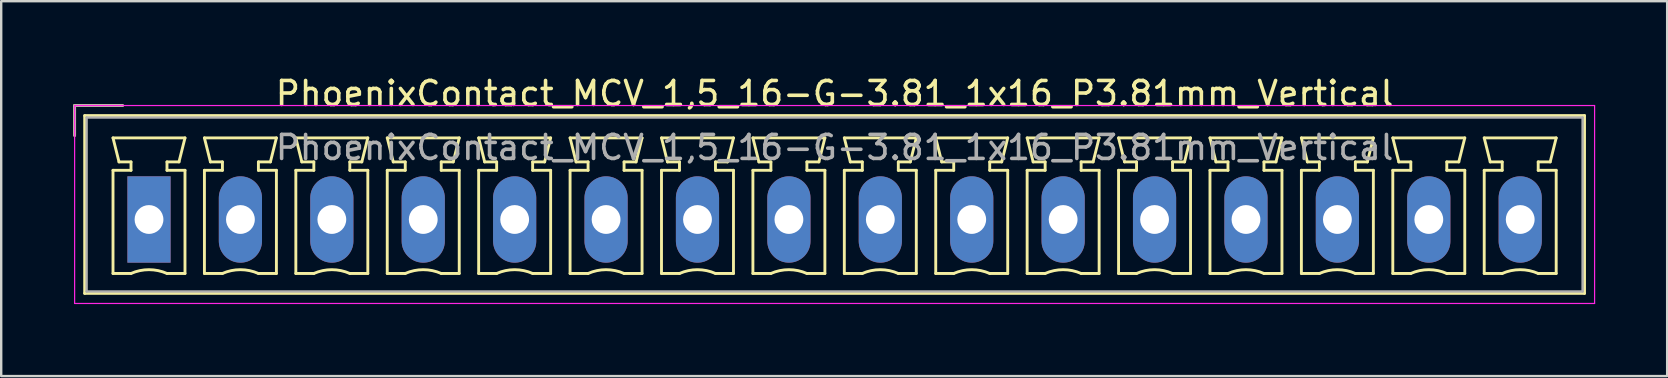
<source format=kicad_pcb>
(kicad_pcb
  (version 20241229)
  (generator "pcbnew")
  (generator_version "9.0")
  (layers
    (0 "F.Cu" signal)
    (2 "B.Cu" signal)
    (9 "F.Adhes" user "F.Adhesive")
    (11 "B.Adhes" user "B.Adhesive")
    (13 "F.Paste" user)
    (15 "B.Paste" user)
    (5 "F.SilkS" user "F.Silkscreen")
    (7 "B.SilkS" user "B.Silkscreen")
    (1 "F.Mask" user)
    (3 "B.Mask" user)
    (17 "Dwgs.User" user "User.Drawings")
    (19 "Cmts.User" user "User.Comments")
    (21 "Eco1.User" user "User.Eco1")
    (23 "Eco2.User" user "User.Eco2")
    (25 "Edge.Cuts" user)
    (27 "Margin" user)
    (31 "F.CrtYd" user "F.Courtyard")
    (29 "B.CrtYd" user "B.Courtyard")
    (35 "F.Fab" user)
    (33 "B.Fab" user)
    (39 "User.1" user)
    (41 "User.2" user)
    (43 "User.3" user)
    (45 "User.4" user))
  (footprint "PhoenixContact_MCV_1,5_16-G-3.81_1x16_P3.81mm_Vertical"
    (layer "F.Cu")
    (at 3.16 6.098)
    (property "Reference" "PhoenixContact_MCV_1,5_16-G-3.81_1x16_P3.81mm_Vertical" (at 28.575 -5.25 0) (layer "F.SilkS") (effects (font (size 1 1) (thickness 0.15))))
    (attr through_hole)
    (fp_line (start -3.1 -4.75) (end -1.1 -4.75) (stroke (width 0.12) (type solid)) (layer "F.SilkS"))
    (fp_line (start -3.1 -3.5) (end -3.1 -4.75) (stroke (width 0.12) (type solid)) (layer "F.SilkS"))
    (fp_line (start -2.68 -4.33) (end -2.68 3.08) (stroke (width 0.12) (type solid)) (layer "F.SilkS"))
    (fp_line (start -2.68 3.08) (end 59.83 3.08) (stroke (width 0.12) (type solid)) (layer "F.SilkS"))
    (fp_line (start -1.5 -3.4) (end 1.5 -3.4) (stroke (width 0.12) (type solid)) (layer "F.SilkS"))
    (fp_line (start -1.5 -2.05) (end -0.75 -2.05) (stroke (width 0.12) (type solid)) (layer "F.SilkS"))
    (fp_line (start -1.5 2.25) (end -1.5 -2.05) (stroke (width 0.12) (type solid)) (layer "F.SilkS"))
    (fp_line (start -1.25 -2.4) (end -1.5 -3.4) (stroke (width 0.12) (type solid)) (layer "F.SilkS"))
    (fp_line (start -0.75 -2.4) (end -1.25 -2.4) (stroke (width 0.12) (type solid)) (layer "F.SilkS"))
    (fp_line (start -0.75 -2.05) (end -0.75 -2.4) (stroke (width 0.12) (type solid)) (layer "F.SilkS"))
    (fp_line (start -0.75 2.25) (end -1.5 2.25) (stroke (width 0.12) (type solid)) (layer "F.SilkS"))
    (fp_line (start 0.75 -2.4) (end 0.75 -2.05) (stroke (width 0.12) (type solid)) (layer "F.SilkS"))
    (fp_line (start 0.75 -2.05) (end 1.5 -2.05) (stroke (width 0.12) (type solid)) (layer "F.SilkS"))
    (fp_line (start 1.25 -2.4) (end 0.75 -2.4) (stroke (width 0.12) (type solid)) (layer "F.SilkS"))
    (fp_line (start 1.5 -3.4) (end 1.25 -2.4) (stroke (width 0.12) (type solid)) (layer "F.SilkS"))
    (fp_line (start 1.5 -2.05) (end 1.5 2.25) (stroke (width 0.12) (type solid)) (layer "F.SilkS"))
    (fp_line (start 1.5 2.25) (end 0.75 2.25) (stroke (width 0.12) (type solid)) (layer "F.SilkS"))
    (fp_line (start 2.31 -3.4) (end 5.31 -3.4) (stroke (width 0.12) (type solid)) (layer "F.SilkS"))
    (fp_line (start 2.31 -2.05) (end 3.06 -2.05) (stroke (width 0.12) (type solid)) (layer "F.SilkS"))
    (fp_line (start 2.31 2.25) (end 2.31 -2.05) (stroke (width 0.12) (type solid)) (layer "F.SilkS"))
    (fp_line (start 2.56 -2.4) (end 2.31 -3.4) (stroke (width 0.12) (type solid)) (layer "F.SilkS"))
    (fp_line (start 3.06 -2.4) (end 2.56 -2.4) (stroke (width 0.12) (type solid)) (layer "F.SilkS"))
    (fp_line (start 3.06 -2.05) (end 3.06 -2.4) (stroke (width 0.12) (type solid)) (layer "F.SilkS"))
    (fp_line (start 3.06 2.25) (end 2.31 2.25) (stroke (width 0.12) (type solid)) (layer "F.SilkS"))
    (fp_line (start 4.56 -2.4) (end 4.56 -2.05) (stroke (width 0.12) (type solid)) (layer "F.SilkS"))
    (fp_line (start 4.56 -2.05) (end 5.31 -2.05) (stroke (width 0.12) (type solid)) (layer "F.SilkS"))
    (fp_line (start 5.06 -2.4) (end 4.56 -2.4) (stroke (width 0.12) (type solid)) (layer "F.SilkS"))
    (fp_line (start 5.31 -3.4) (end 5.06 -2.4) (stroke (width 0.12) (type solid)) (layer "F.SilkS"))
    (fp_line (start 5.31 -2.05) (end 5.31 2.25) (stroke (width 0.12) (type solid)) (layer "F.SilkS"))
    (fp_line (start 5.31 2.25) (end 4.56 2.25) (stroke (width 0.12) (type solid)) (layer "F.SilkS"))
    (fp_line (start 6.12 -3.4) (end 9.12 -3.4) (stroke (width 0.12) (type solid)) (layer "F.SilkS"))
    (fp_line (start 6.12 -2.05) (end 6.87 -2.05) (stroke (width 0.12) (type solid)) (layer "F.SilkS"))
    (fp_line (start 6.12 2.25) (end 6.12 -2.05) (stroke (width 0.12) (type solid)) (layer "F.SilkS"))
    (fp_line (start 6.37 -2.4) (end 6.12 -3.4) (stroke (width 0.12) (type solid)) (layer "F.SilkS"))
    (fp_line (start 6.87 -2.4) (end 6.37 -2.4) (stroke (width 0.12) (type solid)) (layer "F.SilkS"))
    (fp_line (start 6.87 -2.05) (end 6.87 -2.4) (stroke (width 0.12) (type solid)) (layer "F.SilkS"))
    (fp_line (start 6.87 2.25) (end 6.12 2.25) (stroke (width 0.12) (type solid)) (layer "F.SilkS"))
    (fp_line (start 8.37 -2.4) (end 8.37 -2.05) (stroke (width 0.12) (type solid)) (layer "F.SilkS"))
    (fp_line (start 8.37 -2.05) (end 9.12 -2.05) (stroke (width 0.12) (type solid)) (layer "F.SilkS"))
    (fp_line (start 8.87 -2.4) (end 8.37 -2.4) (stroke (width 0.12) (type solid)) (layer "F.SilkS"))
    (fp_line (start 9.12 -3.4) (end 8.87 -2.4) (stroke (width 0.12) (type solid)) (layer "F.SilkS"))
    (fp_line (start 9.12 -2.05) (end 9.12 2.25) (stroke (width 0.12) (type solid)) (layer "F.SilkS"))
    (fp_line (start 9.12 2.25) (end 8.37 2.25) (stroke (width 0.12) (type solid)) (layer "F.SilkS"))
    (fp_line (start 9.93 -3.4) (end 12.93 -3.4) (stroke (width 0.12) (type solid)) (layer "F.SilkS"))
    (fp_line (start 9.93 -2.05) (end 10.68 -2.05) (stroke (width 0.12) (type solid)) (layer "F.SilkS"))
    (fp_line (start 9.93 2.25) (end 9.93 -2.05) (stroke (width 0.12) (type solid)) (layer "F.SilkS"))
    (fp_line (start 10.18 -2.4) (end 9.93 -3.4) (stroke (width 0.12) (type solid)) (layer "F.SilkS"))
    (fp_line (start 10.68 -2.4) (end 10.18 -2.4) (stroke (width 0.12) (type solid)) (layer "F.SilkS"))
    (fp_line (start 10.68 -2.05) (end 10.68 -2.4) (stroke (width 0.12) (type solid)) (layer "F.SilkS"))
    (fp_line (start 10.68 2.25) (end 9.93 2.25) (stroke (width 0.12) (type solid)) (layer "F.SilkS"))
    (fp_line (start 12.18 -2.4) (end 12.18 -2.05) (stroke (width 0.12) (type solid)) (layer "F.SilkS"))
    (fp_line (start 12.18 -2.05) (end 12.93 -2.05) (stroke (width 0.12) (type solid)) (layer "F.SilkS"))
    (fp_line (start 12.68 -2.4) (end 12.18 -2.4) (stroke (width 0.12) (type solid)) (layer "F.SilkS"))
    (fp_line (start 12.93 -3.4) (end 12.68 -2.4) (stroke (width 0.12) (type solid)) (layer "F.SilkS"))
    (fp_line (start 12.93 -2.05) (end 12.93 2.25) (stroke (width 0.12) (type solid)) (layer "F.SilkS"))
    (fp_line (start 12.93 2.25) (end 12.18 2.25) (stroke (width 0.12) (type solid)) (layer "F.SilkS"))
    (fp_line (start 13.74 -3.4) (end 16.74 -3.4) (stroke (width 0.12) (type solid)) (layer "F.SilkS"))
    (fp_line (start 13.74 -2.05) (end 14.49 -2.05) (stroke (width 0.12) (type solid)) (layer "F.SilkS"))
    (fp_line (start 13.74 2.25) (end 13.74 -2.05) (stroke (width 0.12) (type solid)) (layer "F.SilkS"))
    (fp_line (start 13.99 -2.4) (end 13.74 -3.4) (stroke (width 0.12) (type solid)) (layer "F.SilkS"))
    (fp_line (start 14.49 -2.4) (end 13.99 -2.4) (stroke (width 0.12) (type solid)) (layer "F.SilkS"))
    (fp_line (start 14.49 -2.05) (end 14.49 -2.4) (stroke (width 0.12) (type solid)) (layer "F.SilkS"))
    (fp_line (start 14.49 2.25) (end 13.74 2.25) (stroke (width 0.12) (type solid)) (layer "F.SilkS"))
    (fp_line (start 15.99 -2.4) (end 15.99 -2.05) (stroke (width 0.12) (type solid)) (layer "F.SilkS"))
    (fp_line (start 15.99 -2.05) (end 16.74 -2.05) (stroke (width 0.12) (type solid)) (layer "F.SilkS"))
    (fp_line (start 16.49 -2.4) (end 15.99 -2.4) (stroke (width 0.12) (type solid)) (layer "F.SilkS"))
    (fp_line (start 16.74 -3.4) (end 16.49 -2.4) (stroke (width 0.12) (type solid)) (layer "F.SilkS"))
    (fp_line (start 16.74 -2.05) (end 16.74 2.25) (stroke (width 0.12) (type solid)) (layer "F.SilkS"))
    (fp_line (start 16.74 2.25) (end 15.99 2.25) (stroke (width 0.12) (type solid)) (layer "F.SilkS"))
    (fp_line (start 17.55 -3.4) (end 20.55 -3.4) (stroke (width 0.12) (type solid)) (layer "F.SilkS"))
    (fp_line (start 17.55 -2.05) (end 18.3 -2.05) (stroke (width 0.12) (type solid)) (layer "F.SilkS"))
    (fp_line (start 17.55 2.25) (end 17.55 -2.05) (stroke (width 0.12) (type solid)) (layer "F.SilkS"))
    (fp_line (start 17.8 -2.4) (end 17.55 -3.4) (stroke (width 0.12) (type solid)) (layer "F.SilkS"))
    (fp_line (start 18.3 -2.4) (end 17.8 -2.4) (stroke (width 0.12) (type solid)) (layer "F.SilkS"))
    (fp_line (start 18.3 -2.05) (end 18.3 -2.4) (stroke (width 0.12) (type solid)) (layer "F.SilkS"))
    (fp_line (start 18.3 2.25) (end 17.55 2.25) (stroke (width 0.12) (type solid)) (layer "F.SilkS"))
    (fp_line (start 19.8 -2.4) (end 19.8 -2.05) (stroke (width 0.12) (type solid)) (layer "F.SilkS"))
    (fp_line (start 19.8 -2.05) (end 20.55 -2.05) (stroke (width 0.12) (type solid)) (layer "F.SilkS"))
    (fp_line (start 20.3 -2.4) (end 19.8 -2.4) (stroke (width 0.12) (type solid)) (layer "F.SilkS"))
    (fp_line (start 20.55 -3.4) (end 20.3 -2.4) (stroke (width 0.12) (type solid)) (layer "F.SilkS"))
    (fp_line (start 20.55 -2.05) (end 20.55 2.25) (stroke (width 0.12) (type solid)) (layer "F.SilkS"))
    (fp_line (start 20.55 2.25) (end 19.8 2.25) (stroke (width 0.12) (type solid)) (layer "F.SilkS"))
    (fp_line (start 21.36 -3.4) (end 24.36 -3.4) (stroke (width 0.12) (type solid)) (layer "F.SilkS"))
    (fp_line (start 21.36 -2.05) (end 22.11 -2.05) (stroke (width 0.12) (type solid)) (layer "F.SilkS"))
    (fp_line (start 21.36 2.25) (end 21.36 -2.05) (stroke (width 0.12) (type solid)) (layer "F.SilkS"))
    (fp_line (start 21.61 -2.4) (end 21.36 -3.4) (stroke (width 0.12) (type solid)) (layer "F.SilkS"))
    (fp_line (start 22.11 -2.4) (end 21.61 -2.4) (stroke (width 0.12) (type solid)) (layer "F.SilkS"))
    (fp_line (start 22.11 -2.05) (end 22.11 -2.4) (stroke (width 0.12) (type solid)) (layer "F.SilkS"))
    (fp_line (start 22.11 2.25) (end 21.36 2.25) (stroke (width 0.12) (type solid)) (layer "F.SilkS"))
    (fp_line (start 23.61 -2.4) (end 23.61 -2.05) (stroke (width 0.12) (type solid)) (layer "F.SilkS"))
    (fp_line (start 23.61 -2.05) (end 24.36 -2.05) (stroke (width 0.12) (type solid)) (layer "F.SilkS"))
    (fp_line (start 24.11 -2.4) (end 23.61 -2.4) (stroke (width 0.12) (type solid)) (layer "F.SilkS"))
    (fp_line (start 24.36 -3.4) (end 24.11 -2.4) (stroke (width 0.12) (type solid)) (layer "F.SilkS"))
    (fp_line (start 24.36 -2.05) (end 24.36 2.25) (stroke (width 0.12) (type solid)) (layer "F.SilkS"))
    (fp_line (start 24.36 2.25) (end 23.61 2.25) (stroke (width 0.12) (type solid)) (layer "F.SilkS"))
    (fp_line (start 25.17 -3.4) (end 28.17 -3.4) (stroke (width 0.12) (type solid)) (layer "F.SilkS"))
    (fp_line (start 25.17 -2.05) (end 25.92 -2.05) (stroke (width 0.12) (type solid)) (layer "F.SilkS"))
    (fp_line (start 25.17 2.25) (end 25.17 -2.05) (stroke (width 0.12) (type solid)) (layer "F.SilkS"))
    (fp_line (start 25.42 -2.4) (end 25.17 -3.4) (stroke (width 0.12) (type solid)) (layer "F.SilkS"))
    (fp_line (start 25.92 -2.4) (end 25.42 -2.4) (stroke (width 0.12) (type solid)) (layer "F.SilkS"))
    (fp_line (start 25.92 -2.05) (end 25.92 -2.4) (stroke (width 0.12) (type solid)) (layer "F.SilkS"))
    (fp_line (start 25.92 2.25) (end 25.17 2.25) (stroke (width 0.12) (type solid)) (layer "F.SilkS"))
    (fp_line (start 27.42 -2.4) (end 27.42 -2.05) (stroke (width 0.12) (type solid)) (layer "F.SilkS"))
    (fp_line (start 27.42 -2.05) (end 28.17 -2.05) (stroke (width 0.12) (type solid)) (layer "F.SilkS"))
    (fp_line (start 27.92 -2.4) (end 27.42 -2.4) (stroke (width 0.12) (type solid)) (layer "F.SilkS"))
    (fp_line (start 28.17 -3.4) (end 27.92 -2.4) (stroke (width 0.12) (type solid)) (layer "F.SilkS"))
    (fp_line (start 28.17 -2.05) (end 28.17 2.25) (stroke (width 0.12) (type solid)) (layer "F.SilkS"))
    (fp_line (start 28.17 2.25) (end 27.42 2.25) (stroke (width 0.12) (type solid)) (layer "F.SilkS"))
    (fp_line (start 28.98 -3.4) (end 31.98 -3.4) (stroke (width 0.12) (type solid)) (layer "F.SilkS"))
    (fp_line (start 28.98 -2.05) (end 29.73 -2.05) (stroke (width 0.12) (type solid)) (layer "F.SilkS"))
    (fp_line (start 28.98 2.25) (end 28.98 -2.05) (stroke (width 0.12) (type solid)) (layer "F.SilkS"))
    (fp_line (start 29.23 -2.4) (end 28.98 -3.4) (stroke (width 0.12) (type solid)) (layer "F.SilkS"))
    (fp_line (start 29.73 -2.4) (end 29.23 -2.4) (stroke (width 0.12) (type solid)) (layer "F.SilkS"))
    (fp_line (start 29.73 -2.05) (end 29.73 -2.4) (stroke (width 0.12) (type solid)) (layer "F.SilkS"))
    (fp_line (start 29.73 2.25) (end 28.98 2.25) (stroke (width 0.12) (type solid)) (layer "F.SilkS"))
    (fp_line (start 31.23 -2.4) (end 31.23 -2.05) (stroke (width 0.12) (type solid)) (layer "F.SilkS"))
    (fp_line (start 31.23 -2.05) (end 31.98 -2.05) (stroke (width 0.12) (type solid)) (layer "F.SilkS"))
    (fp_line (start 31.73 -2.4) (end 31.23 -2.4) (stroke (width 0.12) (type solid)) (layer "F.SilkS"))
    (fp_line (start 31.98 -3.4) (end 31.73 -2.4) (stroke (width 0.12) (type solid)) (layer "F.SilkS"))
    (fp_line (start 31.98 -2.05) (end 31.98 2.25) (stroke (width 0.12) (type solid)) (layer "F.SilkS"))
    (fp_line (start 31.98 2.25) (end 31.23 2.25) (stroke (width 0.12) (type solid)) (layer "F.SilkS"))
    (fp_line (start 32.79 -3.4) (end 35.79 -3.4) (stroke (width 0.12) (type solid)) (layer "F.SilkS"))
    (fp_line (start 32.79 -2.05) (end 33.54 -2.05) (stroke (width 0.12) (type solid)) (layer "F.SilkS"))
    (fp_line (start 32.79 2.25) (end 32.79 -2.05) (stroke (width 0.12) (type solid)) (layer "F.SilkS"))
    (fp_line (start 33.04 -2.4) (end 32.79 -3.4) (stroke (width 0.12) (type solid)) (layer "F.SilkS"))
    (fp_line (start 33.54 -2.4) (end 33.04 -2.4) (stroke (width 0.12) (type solid)) (layer "F.SilkS"))
    (fp_line (start 33.54 -2.05) (end 33.54 -2.4) (stroke (width 0.12) (type solid)) (layer "F.SilkS"))
    (fp_line (start 33.54 2.25) (end 32.79 2.25) (stroke (width 0.12) (type solid)) (layer "F.SilkS"))
    (fp_line (start 35.04 -2.4) (end 35.04 -2.05) (stroke (width 0.12) (type solid)) (layer "F.SilkS"))
    (fp_line (start 35.04 -2.05) (end 35.79 -2.05) (stroke (width 0.12) (type solid)) (layer "F.SilkS"))
    (fp_line (start 35.54 -2.4) (end 35.04 -2.4) (stroke (width 0.12) (type solid)) (layer "F.SilkS"))
    (fp_line (start 35.79 -3.4) (end 35.54 -2.4) (stroke (width 0.12) (type solid)) (layer "F.SilkS"))
    (fp_line (start 35.79 -2.05) (end 35.79 2.25) (stroke (width 0.12) (type solid)) (layer "F.SilkS"))
    (fp_line (start 35.79 2.25) (end 35.04 2.25) (stroke (width 0.12) (type solid)) (layer "F.SilkS"))
    (fp_line (start 36.6 -3.4) (end 39.6 -3.4) (stroke (width 0.12) (type solid)) (layer "F.SilkS"))
    (fp_line (start 36.6 -2.05) (end 37.35 -2.05) (stroke (width 0.12) (type solid)) (layer "F.SilkS"))
    (fp_line (start 36.6 2.25) (end 36.6 -2.05) (stroke (width 0.12) (type solid)) (layer "F.SilkS"))
    (fp_line (start 36.85 -2.4) (end 36.6 -3.4) (stroke (width 0.12) (type solid)) (layer "F.SilkS"))
    (fp_line (start 37.35 -2.4) (end 36.85 -2.4) (stroke (width 0.12) (type solid)) (layer "F.SilkS"))
    (fp_line (start 37.35 -2.05) (end 37.35 -2.4) (stroke (width 0.12) (type solid)) (layer "F.SilkS"))
    (fp_line (start 37.35 2.25) (end 36.6 2.25) (stroke (width 0.12) (type solid)) (layer "F.SilkS"))
    (fp_line (start 38.85 -2.4) (end 38.85 -2.05) (stroke (width 0.12) (type solid)) (layer "F.SilkS"))
    (fp_line (start 38.85 -2.05) (end 39.6 -2.05) (stroke (width 0.12) (type solid)) (layer "F.SilkS"))
    (fp_line (start 39.35 -2.4) (end 38.85 -2.4) (stroke (width 0.12) (type solid)) (layer "F.SilkS"))
    (fp_line (start 39.6 -3.4) (end 39.35 -2.4) (stroke (width 0.12) (type solid)) (layer "F.SilkS"))
    (fp_line (start 39.6 -2.05) (end 39.6 2.25) (stroke (width 0.12) (type solid)) (layer "F.SilkS"))
    (fp_line (start 39.6 2.25) (end 38.85 2.25) (stroke (width 0.12) (type solid)) (layer "F.SilkS"))
    (fp_line (start 40.41 -3.4) (end 43.41 -3.4) (stroke (width 0.12) (type solid)) (layer "F.SilkS"))
    (fp_line (start 40.41 -2.05) (end 41.16 -2.05) (stroke (width 0.12) (type solid)) (layer "F.SilkS"))
    (fp_line (start 40.41 2.25) (end 40.41 -2.05) (stroke (width 0.12) (type solid)) (layer "F.SilkS"))
    (fp_line (start 40.66 -2.4) (end 40.41 -3.4) (stroke (width 0.12) (type solid)) (layer "F.SilkS"))
    (fp_line (start 41.16 -2.4) (end 40.66 -2.4) (stroke (width 0.12) (type solid)) (layer "F.SilkS"))
    (fp_line (start 41.16 -2.05) (end 41.16 -2.4) (stroke (width 0.12) (type solid)) (layer "F.SilkS"))
    (fp_line (start 41.16 2.25) (end 40.41 2.25) (stroke (width 0.12) (type solid)) (layer "F.SilkS"))
    (fp_line (start 42.66 -2.4) (end 42.66 -2.05) (stroke (width 0.12) (type solid)) (layer "F.SilkS"))
    (fp_line (start 42.66 -2.05) (end 43.41 -2.05) (stroke (width 0.12) (type solid)) (layer "F.SilkS"))
    (fp_line (start 43.16 -2.4) (end 42.66 -2.4) (stroke (width 0.12) (type solid)) (layer "F.SilkS"))
    (fp_line (start 43.41 -3.4) (end 43.16 -2.4) (stroke (width 0.12) (type solid)) (layer "F.SilkS"))
    (fp_line (start 43.41 -2.05) (end 43.41 2.25) (stroke (width 0.12) (type solid)) (layer "F.SilkS"))
    (fp_line (start 43.41 2.25) (end 42.66 2.25) (stroke (width 0.12) (type solid)) (layer "F.SilkS"))
    (fp_line (start 44.22 -3.4) (end 47.22 -3.4) (stroke (width 0.12) (type solid)) (layer "F.SilkS"))
    (fp_line (start 44.22 -2.05) (end 44.97 -2.05) (stroke (width 0.12) (type solid)) (layer "F.SilkS"))
    (fp_line (start 44.22 2.25) (end 44.22 -2.05) (stroke (width 0.12) (type solid)) (layer "F.SilkS"))
    (fp_line (start 44.47 -2.4) (end 44.22 -3.4) (stroke (width 0.12) (type solid)) (layer "F.SilkS"))
    (fp_line (start 44.97 -2.4) (end 44.47 -2.4) (stroke (width 0.12) (type solid)) (layer "F.SilkS"))
    (fp_line (start 44.97 -2.05) (end 44.97 -2.4) (stroke (width 0.12) (type solid)) (layer "F.SilkS"))
    (fp_line (start 44.97 2.25) (end 44.22 2.25) (stroke (width 0.12) (type solid)) (layer "F.SilkS"))
    (fp_line (start 46.47 -2.4) (end 46.47 -2.05) (stroke (width 0.12) (type solid)) (layer "F.SilkS"))
    (fp_line (start 46.47 -2.05) (end 47.22 -2.05) (stroke (width 0.12) (type solid)) (layer "F.SilkS"))
    (fp_line (start 46.97 -2.4) (end 46.47 -2.4) (stroke (width 0.12) (type solid)) (layer "F.SilkS"))
    (fp_line (start 47.22 -3.4) (end 46.97 -2.4) (stroke (width 0.12) (type solid)) (layer "F.SilkS"))
    (fp_line (start 47.22 -2.05) (end 47.22 2.25) (stroke (width 0.12) (type solid)) (layer "F.SilkS"))
    (fp_line (start 47.22 2.25) (end 46.47 2.25) (stroke (width 0.12) (type solid)) (layer "F.SilkS"))
    (fp_line (start 48.03 -3.4) (end 51.03 -3.4) (stroke (width 0.12) (type solid)) (layer "F.SilkS"))
    (fp_line (start 48.03 -2.05) (end 48.78 -2.05) (stroke (width 0.12) (type solid)) (layer "F.SilkS"))
    (fp_line (start 48.03 2.25) (end 48.03 -2.05) (stroke (width 0.12) (type solid)) (layer "F.SilkS"))
    (fp_line (start 48.28 -2.4) (end 48.03 -3.4) (stroke (width 0.12) (type solid)) (layer "F.SilkS"))
    (fp_line (start 48.78 -2.4) (end 48.28 -2.4) (stroke (width 0.12) (type solid)) (layer "F.SilkS"))
    (fp_line (start 48.78 -2.05) (end 48.78 -2.4) (stroke (width 0.12) (type solid)) (layer "F.SilkS"))
    (fp_line (start 48.78 2.25) (end 48.03 2.25) (stroke (width 0.12) (type solid)) (layer "F.SilkS"))
    (fp_line (start 50.28 -2.4) (end 50.28 -2.05) (stroke (width 0.12) (type solid)) (layer "F.SilkS"))
    (fp_line (start 50.28 -2.05) (end 51.03 -2.05) (stroke (width 0.12) (type solid)) (layer "F.SilkS"))
    (fp_line (start 50.78 -2.4) (end 50.28 -2.4) (stroke (width 0.12) (type solid)) (layer "F.SilkS"))
    (fp_line (start 51.03 -3.4) (end 50.78 -2.4) (stroke (width 0.12) (type solid)) (layer "F.SilkS"))
    (fp_line (start 51.03 -2.05) (end 51.03 2.25) (stroke (width 0.12) (type solid)) (layer "F.SilkS"))
    (fp_line (start 51.03 2.25) (end 50.28 2.25) (stroke (width 0.12) (type solid)) (layer "F.SilkS"))
    (fp_line (start 51.84 -3.4) (end 54.84 -3.4) (stroke (width 0.12) (type solid)) (layer "F.SilkS"))
    (fp_line (start 51.84 -2.05) (end 52.59 -2.05) (stroke (width 0.12) (type solid)) (layer "F.SilkS"))
    (fp_line (start 51.84 2.25) (end 51.84 -2.05) (stroke (width 0.12) (type solid)) (layer "F.SilkS"))
    (fp_line (start 52.09 -2.4) (end 51.84 -3.4) (stroke (width 0.12) (type solid)) (layer "F.SilkS"))
    (fp_line (start 52.59 -2.4) (end 52.09 -2.4) (stroke (width 0.12) (type solid)) (layer "F.SilkS"))
    (fp_line (start 52.59 -2.05) (end 52.59 -2.4) (stroke (width 0.12) (type solid)) (layer "F.SilkS"))
    (fp_line (start 52.59 2.25) (end 51.84 2.25) (stroke (width 0.12) (type solid)) (layer "F.SilkS"))
    (fp_line (start 54.09 -2.4) (end 54.09 -2.05) (stroke (width 0.12) (type solid)) (layer "F.SilkS"))
    (fp_line (start 54.09 -2.05) (end 54.84 -2.05) (stroke (width 0.12) (type solid)) (layer "F.SilkS"))
    (fp_line (start 54.59 -2.4) (end 54.09 -2.4) (stroke (width 0.12) (type solid)) (layer "F.SilkS"))
    (fp_line (start 54.84 -3.4) (end 54.59 -2.4) (stroke (width 0.12) (type solid)) (layer "F.SilkS"))
    (fp_line (start 54.84 -2.05) (end 54.84 2.25) (stroke (width 0.12) (type solid)) (layer "F.SilkS"))
    (fp_line (start 54.84 2.25) (end 54.09 2.25) (stroke (width 0.12) (type solid)) (layer "F.SilkS"))
    (fp_line (start 55.65 -3.4) (end 58.65 -3.4) (stroke (width 0.12) (type solid)) (layer "F.SilkS"))
    (fp_line (start 55.65 -2.05) (end 56.4 -2.05) (stroke (width 0.12) (type solid)) (layer "F.SilkS"))
    (fp_line (start 55.65 2.25) (end 55.65 -2.05) (stroke (width 0.12) (type solid)) (layer "F.SilkS"))
    (fp_line (start 55.9 -2.4) (end 55.65 -3.4) (stroke (width 0.12) (type solid)) (layer "F.SilkS"))
    (fp_line (start 56.4 -2.4) (end 55.9 -2.4) (stroke (width 0.12) (type solid)) (layer "F.SilkS"))
    (fp_line (start 56.4 -2.05) (end 56.4 -2.4) (stroke (width 0.12) (type solid)) (layer "F.SilkS"))
    (fp_line (start 56.4 2.25) (end 55.65 2.25) (stroke (width 0.12) (type solid)) (layer "F.SilkS"))
    (fp_line (start 57.9 -2.4) (end 57.9 -2.05) (stroke (width 0.12) (type solid)) (layer "F.SilkS"))
    (fp_line (start 57.9 -2.05) (end 58.65 -2.05) (stroke (width 0.12) (type solid)) (layer "F.SilkS"))
    (fp_line (start 58.4 -2.4) (end 57.9 -2.4) (stroke (width 0.12) (type solid)) (layer "F.SilkS"))
    (fp_line (start 58.65 -3.4) (end 58.4 -2.4) (stroke (width 0.12) (type solid)) (layer "F.SilkS"))
    (fp_line (start 58.65 -2.05) (end 58.65 2.25) (stroke (width 0.12) (type solid)) (layer "F.SilkS"))
    (fp_line (start 58.65 2.25) (end 57.9 2.25) (stroke (width 0.12) (type solid)) (layer "F.SilkS"))
    (fp_line (start 59.83 -4.33) (end -2.68 -4.33) (stroke (width 0.12) (type solid)) (layer "F.SilkS"))
    (fp_line (start 59.83 3.08) (end 59.83 -4.33) (stroke (width 0.12) (type solid)) (layer "F.SilkS"))
    (fp_arc (start -0.75 2.25) (mid -0.000193 2.09191) (end 0.749647 2.249844) (stroke (width 0.12) (type solid)) (layer "F.SilkS"))
    (fp_arc (start 3.06 2.25) (mid 3.809807 2.09191) (end 4.559647 2.249844) (stroke (width 0.12) (type solid)) (layer "F.SilkS"))
    (fp_arc (start 6.87 2.25) (mid 7.619807 2.09191) (end 8.369647 2.249844) (stroke (width 0.12) (type solid)) (layer "F.SilkS"))
    (fp_arc (start 10.68 2.25) (mid 11.429807 2.09191) (end 12.179647 2.249844) (stroke (width 0.12) (type solid)) (layer "F.SilkS"))
    (fp_arc (start 14.49 2.25) (mid 15.239807 2.09191) (end 15.989647 2.249844) (stroke (width 0.12) (type solid)) (layer "F.SilkS"))
    (fp_arc (start 18.3 2.25) (mid 19.049807 2.09191) (end 19.799647 2.249844) (stroke (width 0.12) (type solid)) (layer "F.SilkS"))
    (fp_arc (start 22.11 2.25) (mid 22.859807 2.09191) (end 23.609647 2.249844) (stroke (width 0.12) (type solid)) (layer "F.SilkS"))
    (fp_arc (start 25.92 2.25) (mid 26.669807 2.09191) (end 27.419647 2.249844) (stroke (width 0.12) (type solid)) (layer "F.SilkS"))
    (fp_arc (start 29.73 2.25) (mid 30.479807 2.09191) (end 31.229647 2.249844) (stroke (width 0.12) (type solid)) (layer "F.SilkS"))
    (fp_arc (start 33.54 2.25) (mid 34.289807 2.09191) (end 35.039647 2.249844) (stroke (width 0.12) (type solid)) (layer "F.SilkS"))
    (fp_arc (start 37.35 2.25) (mid 38.099807 2.09191) (end 38.849647 2.249844) (stroke (width 0.12) (type solid)) (layer "F.SilkS"))
    (fp_arc (start 41.16 2.25) (mid 41.909807 2.09191) (end 42.659647 2.249844) (stroke (width 0.12) (type solid)) (layer "F.SilkS"))
    (fp_arc (start 44.97 2.25) (mid 45.719807 2.09191) (end 46.469647 2.249844) (stroke (width 0.12) (type solid)) (layer "F.SilkS"))
    (fp_arc (start 48.78 2.25) (mid 49.529807 2.09191) (end 50.279647 2.249844) (stroke (width 0.12) (type solid)) (layer "F.SilkS"))
    (fp_arc (start 52.59 2.25) (mid 53.339807 2.09191) (end 54.089647 2.249844) (stroke (width 0.12) (type solid)) (layer "F.SilkS"))
    (fp_arc (start 56.4 2.25) (mid 57.149807 2.09191) (end 57.899647 2.249844) (stroke (width 0.12) (type solid)) (layer "F.SilkS"))
    (fp_line (start -3.1 -4.75) (end -3.1 3.5) (stroke (width 0.05) (type solid)) (layer "F.CrtYd"))
    (fp_line (start -3.1 3.5) (end 60.25 3.5) (stroke (width 0.05) (type solid)) (layer "F.CrtYd"))
    (fp_line (start 60.25 -4.75) (end -3.1 -4.75) (stroke (width 0.05) (type solid)) (layer "F.CrtYd"))
    (fp_line (start 60.25 3.5) (end 60.25 -4.75) (stroke (width 0.05) (type solid)) (layer "F.CrtYd"))
    (fp_line (start -3.1 -4.75) (end -1.1 -4.75) (stroke (width 0.1) (type solid)) (layer "F.Fab"))
    (fp_line (start -3.1 -3.5) (end -3.1 -4.75) (stroke (width 0.1) (type solid)) (layer "F.Fab"))
    (fp_line (start -2.6 -4.25) (end -2.6 3) (stroke (width 0.1) (type solid)) (layer "F.Fab"))
    (fp_line (start -2.6 3) (end 59.75 3) (stroke (width 0.1) (type solid)) (layer "F.Fab"))
    (fp_line (start 59.75 -4.25) (end -2.6 -4.25) (stroke (width 0.1) (type solid)) (layer "F.Fab"))
    (fp_line (start 59.75 3) (end 59.75 -4.25) (stroke (width 0.1) (type solid)) (layer "F.Fab"))
    (fp_text user "${REFERENCE}" (at 28.575 -3 0) (layer "F.Fab") (effects (font (size 1 1) (thickness 0.15))))
    (pad "1" thru_hole rect (at 0 0) (size 1.8 3.6) (drill 1.2) (layers "*.Cu" "*.Mask"))
    (pad "2" thru_hole oval (at 3.81 0) (size 1.8 3.6) (drill 1.2) (layers "*.Cu" "*.Mask"))
    (pad "3" thru_hole oval (at 7.62 0) (size 1.8 3.6) (drill 1.2) (layers "*.Cu" "*.Mask"))
    (pad "4" thru_hole oval (at 11.43 0) (size 1.8 3.6) (drill 1.2) (layers "*.Cu" "*.Mask"))
    (pad "5" thru_hole oval (at 15.24 0) (size 1.8 3.6) (drill 1.2) (layers "*.Cu" "*.Mask"))
    (pad "6" thru_hole oval (at 19.05 0) (size 1.8 3.6) (drill 1.2) (layers "*.Cu" "*.Mask"))
    (pad "7" thru_hole oval (at 22.86 0) (size 1.8 3.6) (drill 1.2) (layers "*.Cu" "*.Mask"))
    (pad "8" thru_hole oval (at 26.67 0) (size 1.8 3.6) (drill 1.2) (layers "*.Cu" "*.Mask"))
    (pad "9" thru_hole oval (at 30.48 0) (size 1.8 3.6) (drill 1.2) (layers "*.Cu" "*.Mask"))
    (pad "10" thru_hole oval (at 34.29 0) (size 1.8 3.6) (drill 1.2) (layers "*.Cu" "*.Mask"))
    (pad "11" thru_hole oval (at 38.1 0) (size 1.8 3.6) (drill 1.2) (layers "*.Cu" "*.Mask"))
    (pad "12" thru_hole oval (at 41.91 0) (size 1.8 3.6) (drill 1.2) (layers "*.Cu" "*.Mask"))
    (pad "13" thru_hole oval (at 45.72 0) (size 1.8 3.6) (drill 1.2) (layers "*.Cu" "*.Mask"))
    (pad "14" thru_hole oval (at 49.53 0) (size 1.8 3.6) (drill 1.2) (layers "*.Cu" "*.Mask"))
    (pad "15" thru_hole oval (at 53.34 0) (size 1.8 3.6) (drill 1.2) (layers "*.Cu" "*.Mask"))
    (pad "16" thru_hole oval (at 57.15 0) (size 1.8 3.6) (drill 1.2) (layers "*.Cu" "*.Mask")))
  (gr_rect
    (start -3 -3)
    (end 66.435 12.623)
    (stroke (width 0.1) (type default))
    (fill no)
    (layer "Edge.Cuts")))
</source>
